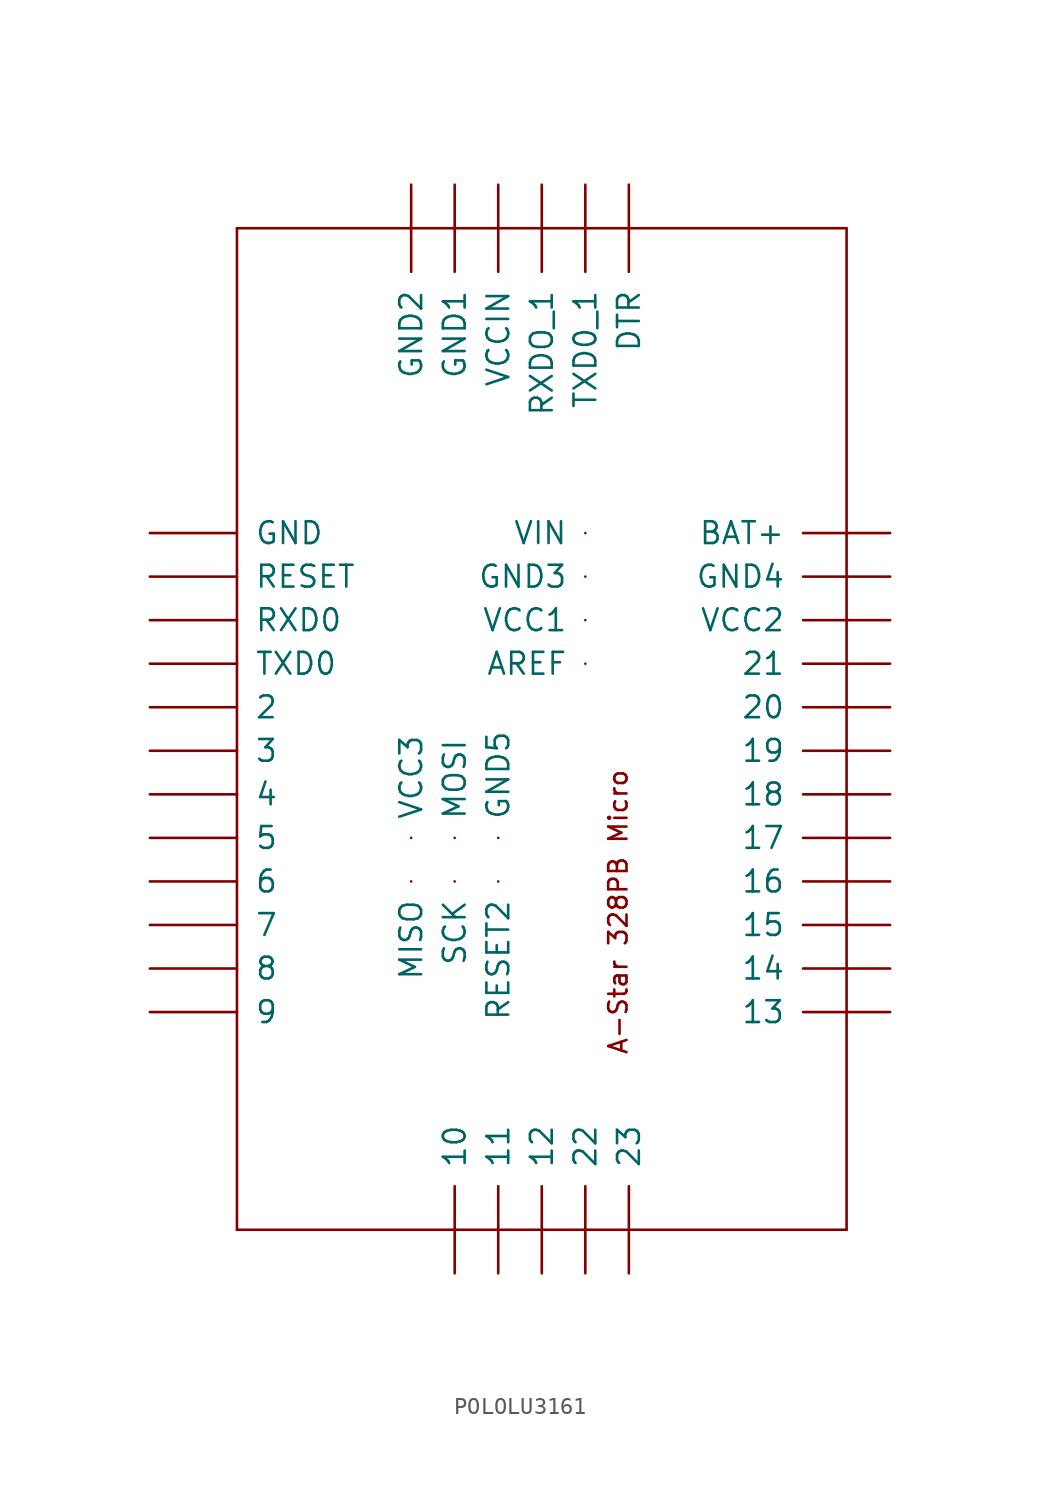
<source format=kicad_sym>
(kicad_symbol_lib
  (version 20211014)
  (generator kicad_symbol_editor)
  (symbol "POLOLU3161"
    (pin_names
      (offset 1.016))
    (property "Reference" ""
      (at 0 0 0)
      (effects (font (size 1.27 1.27)) hide))
    (property "ki_locked" ""
      (at 0 0 0)
      (effects (font (size 1.27 1.27))))
    (symbol "POLOLU3161_1_0"
      (polyline (pts (xy -5.08 -7.62) (xy -5.08 50.8)) (stroke (width 0) (type default) (color 0 0 0 0)) (fill (type none)))
      (polyline (pts (xy -5.08 50.8) (xy 30.48 50.8)) (stroke (width 0) (type default) (color 0 0 0 0)) (fill (type none)))
      (polyline (pts (xy 30.48 -7.62) (xy -5.08 -7.62)) (stroke (width 0) (type default) (color 0 0 0 0)) (fill (type none)))
      (polyline (pts (xy 30.48 50.8) (xy 30.48 -7.62)) (stroke (width 0) (type default) (color 0 0 0 0)) (fill (type none)))
      (text "A-Star 328PB Micro" (at 17.78 2.54 900) (effects (font (size 1.067 1.067)) (justify left bottom)))
      (pin input line (at 7.62 -10.16 90) (length 5.08) (name "10" (effects (font (size 1.27 1.27)))) (number "10" (effects (font (size 0 0)))))
      (pin input line (at 10.16 -10.16 90) (length 5.08) (name "11" (effects (font (size 1.27 1.27)))) (number "11$1" (effects (font (size 0 0)))))
      (pin input line (at 7.62 15.24 90) (length 0) (name "MOSI" (effects (font (size 1.27 1.27)))) (number "11$2" (effects (font (size 0 0)))))
      (pin input line (at 12.7 -10.16 90) (length 5.08) (name "12" (effects (font (size 1.27 1.27)))) (number "12$1" (effects (font (size 0 0)))))
      (pin input line (at 5.08 12.7 270) (length 0) (name "MISO" (effects (font (size 1.27 1.27)))) (number "12$2" (effects (font (size 0 0)))))
      (pin input line (at 33.02 5.08 180) (length 5.08) (name "13" (effects (font (size 1.27 1.27)))) (number "13$1" (effects (font (size 0 0)))))
      (pin input line (at 7.62 12.7 270) (length 0) (name "SCK" (effects (font (size 1.27 1.27)))) (number "13$2" (effects (font (size 0 0)))))
      (pin input line (at 33.02 7.62 180) (length 5.08) (name "14" (effects (font (size 1.27 1.27)))) (number "14" (effects (font (size 0 0)))))
      (pin input line (at 33.02 10.16 180) (length 5.08) (name "15" (effects (font (size 1.27 1.27)))) (number "15" (effects (font (size 0 0)))))
      (pin input line (at 33.02 12.7 180) (length 5.08) (name "16" (effects (font (size 1.27 1.27)))) (number "16" (effects (font (size 0 0)))))
      (pin input line (at 33.02 15.24 180) (length 5.08) (name "17" (effects (font (size 1.27 1.27)))) (number "17" (effects (font (size 0 0)))))
      (pin input line (at 33.02 17.78 180) (length 5.08) (name "18" (effects (font (size 1.27 1.27)))) (number "18" (effects (font (size 0 0)))))
      (pin input line (at 33.02 20.32 180) (length 5.08) (name "19" (effects (font (size 1.27 1.27)))) (number "19" (effects (font (size 0 0)))))
      (pin input line (at -10.16 22.86 0) (length 5.08) (name "2" (effects (font (size 1.27 1.27)))) (number "2" (effects (font (size 0 0)))))
      (pin input line (at 33.02 22.86 180) (length 5.08) (name "20" (effects (font (size 1.27 1.27)))) (number "20" (effects (font (size 0 0)))))
      (pin input line (at 33.02 25.4 180) (length 5.08) (name "21" (effects (font (size 1.27 1.27)))) (number "21" (effects (font (size 0 0)))))
      (pin input line (at 15.24 -10.16 90) (length 5.08) (name "22" (effects (font (size 1.27 1.27)))) (number "22" (effects (font (size 0 0)))))
      (pin input line (at 17.78 -10.16 90) (length 5.08) (name "23" (effects (font (size 1.27 1.27)))) (number "23" (effects (font (size 0 0)))))
      (pin input line (at -10.16 20.32 0) (length 5.08) (name "3" (effects (font (size 1.27 1.27)))) (number "3" (effects (font (size 0 0)))))
      (pin input line (at -10.16 17.78 0) (length 5.08) (name "4" (effects (font (size 1.27 1.27)))) (number "4" (effects (font (size 0 0)))))
      (pin input line (at -10.16 15.24 0) (length 5.08) (name "5" (effects (font (size 1.27 1.27)))) (number "5" (effects (font (size 0 0)))))
      (pin input line (at -10.16 12.7 0) (length 5.08) (name "6" (effects (font (size 1.27 1.27)))) (number "6" (effects (font (size 0 0)))))
      (pin input line (at -10.16 10.16 0) (length 5.08) (name "7" (effects (font (size 1.27 1.27)))) (number "7" (effects (font (size 0 0)))))
      (pin input line (at -10.16 7.62 0) (length 5.08) (name "8" (effects (font (size 1.27 1.27)))) (number "8" (effects (font (size 0 0)))))
      (pin input line (at -10.16 5.08 0) (length 5.08) (name "9" (effects (font (size 1.27 1.27)))) (number "9" (effects (font (size 0 0)))))
      (pin input line (at 15.24 25.4 180) (length 0) (name "AREF" (effects (font (size 1.27 1.27)))) (number "AREF" (effects (font (size 0 0)))))
      (pin input line (at 33.02 33.02 180) (length 5.08) (name "BAT+" (effects (font (size 1.27 1.27)))) (number "BAT+" (effects (font (size 0 0)))))
      (pin input line (at 17.78 53.34 270) (length 5.08) (name "DTR" (effects (font (size 1.27 1.27)))) (number "DTR" (effects (font (size 0 0)))))
      (pin input line (at 10.16 15.24 90) (length 0) (name "GND5" (effects (font (size 1.27 1.27)))) (number "GND1" (effects (font (size 0 0)))))
      (pin input line (at 33.02 30.48 180) (length 5.08) (name "GND4" (effects (font (size 1.27 1.27)))) (number "GND2" (effects (font (size 0 0)))))
      (pin input line (at 15.24 30.48 180) (length 0) (name "GND3" (effects (font (size 1.27 1.27)))) (number "GND3" (effects (font (size 0 0)))))
      (pin input line (at 5.08 53.34 270) (length 5.08) (name "GND2" (effects (font (size 1.27 1.27)))) (number "GND4" (effects (font (size 0 0)))))
      (pin input line (at 7.62 53.34 270) (length 5.08) (name "GND1" (effects (font (size 1.27 1.27)))) (number "GND5" (effects (font (size 0 0)))))
      (pin input line (at -10.16 33.02 0) (length 5.08) (name "GND" (effects (font (size 1.27 1.27)))) (number "GND6" (effects (font (size 0 0)))))
      (pin input line (at 10.16 12.7 270) (length 0) (name "RESET2" (effects (font (size 1.27 1.27)))) (number "RESET1" (effects (font (size 0 0)))))
      (pin input line (at -10.16 30.48 0) (length 5.08) (name "RESET" (effects (font (size 1.27 1.27)))) (number "RESET2" (effects (font (size 0 0)))))
      (pin input line (at -10.16 27.94 0) (length 5.08) (name "RXD0" (effects (font (size 1.27 1.27)))) (number "RXD0_1" (effects (font (size 0 0)))))
      (pin input line (at 12.7 53.34 270) (length 5.08) (name "RXDO_1" (effects (font (size 1.27 1.27)))) (number "RXD0_2" (effects (font (size 0 0)))))
      (pin input line (at -10.16 25.4 0) (length 5.08) (name "TXD0" (effects (font (size 1.27 1.27)))) (number "TXD0_1" (effects (font (size 0 0)))))
      (pin input line (at 15.24 53.34 270) (length 5.08) (name "TXD0_1" (effects (font (size 1.27 1.27)))) (number "TXD0_2" (effects (font (size 0 0)))))
      (pin input line (at 15.24 27.94 180) (length 0) (name "VCC1" (effects (font (size 1.27 1.27)))) (number "VCC1" (effects (font (size 0 0)))))
      (pin input line (at 33.02 27.94 180) (length 5.08) (name "VCC2" (effects (font (size 1.27 1.27)))) (number "VCC2" (effects (font (size 0 0)))))
      (pin input line (at 5.08 15.24 90) (length 0) (name "VCC3" (effects (font (size 1.27 1.27)))) (number "VCC3" (effects (font (size 0 0)))))
      (pin input line (at 10.16 53.34 270) (length 5.08) (name "VCCIN" (effects (font (size 1.27 1.27)))) (number "VCCIN" (effects (font (size 0 0)))))
      (pin input line (at 15.24 33.02 180) (length 0) (name "VIN" (effects (font (size 1.27 1.27)))) (number "VIN" (effects (font (size 0 0))))))))
</source>
